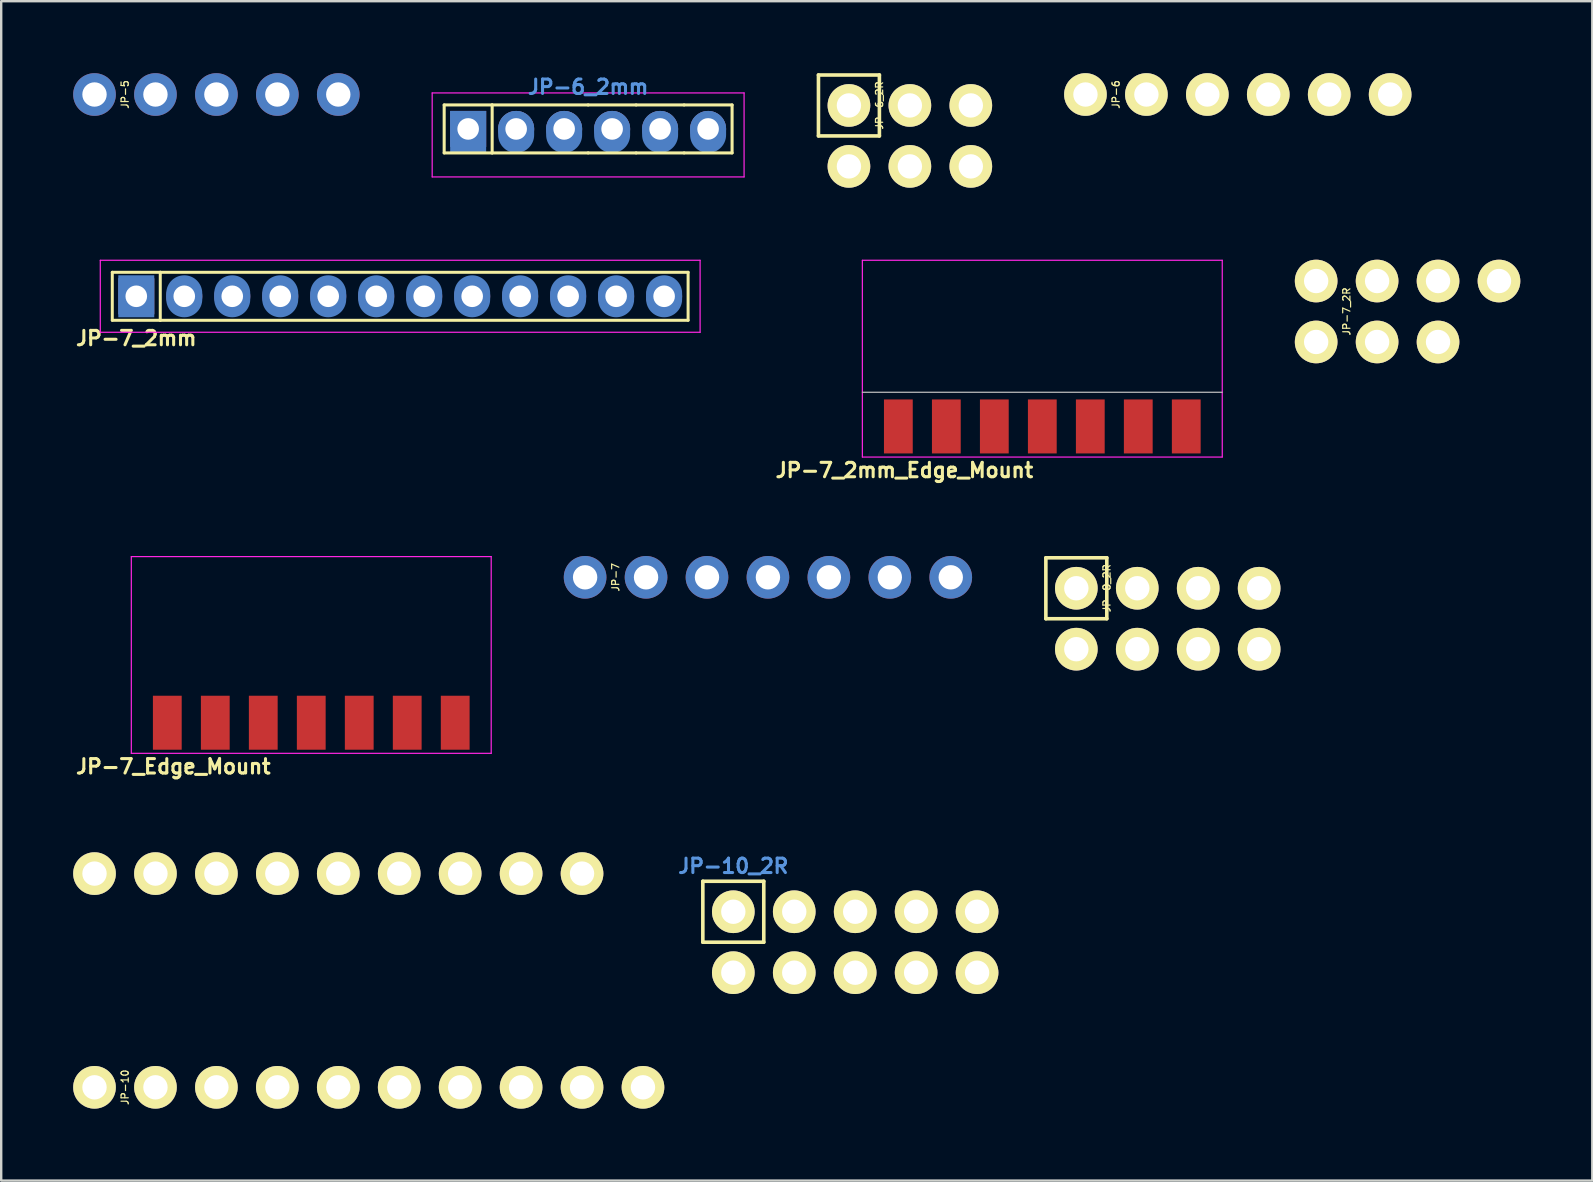
<source format=kicad_pcb>
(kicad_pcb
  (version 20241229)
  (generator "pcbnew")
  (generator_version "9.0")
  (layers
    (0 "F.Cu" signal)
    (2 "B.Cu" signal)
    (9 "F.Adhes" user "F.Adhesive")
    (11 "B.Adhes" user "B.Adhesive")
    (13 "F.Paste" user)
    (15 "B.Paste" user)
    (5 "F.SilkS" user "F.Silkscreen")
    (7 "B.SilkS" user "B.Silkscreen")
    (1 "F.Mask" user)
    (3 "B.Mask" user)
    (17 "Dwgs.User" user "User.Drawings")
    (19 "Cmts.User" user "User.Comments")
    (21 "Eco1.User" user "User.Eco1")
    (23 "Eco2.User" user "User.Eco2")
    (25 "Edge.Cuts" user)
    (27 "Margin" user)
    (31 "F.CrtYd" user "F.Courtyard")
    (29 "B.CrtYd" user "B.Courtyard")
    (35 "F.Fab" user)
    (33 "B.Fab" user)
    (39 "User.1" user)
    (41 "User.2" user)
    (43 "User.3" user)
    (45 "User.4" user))
  (footprint "JP-10_2R"
    (layer "F.Cu")
    (at 32.594 36.221)
    (property "Reference" "JP-10_2R" (at -5.08 -3.175 180) (layer "Cmts.User") (effects (font (size 0.6 0.6) (thickness 0.127))))
    (attr through_hole)
    (fp_line (start -6.35 -2.54) (end -3.81 -2.54) (stroke (width 0.15) (type solid)) (layer "F.SilkS"))
    (fp_line (start -6.35 0) (end -6.35 -2.54) (stroke (width 0.15) (type solid)) (layer "F.SilkS"))
    (fp_line (start -3.81 -2.54) (end -3.81 0) (stroke (width 0.15) (type solid)) (layer "F.SilkS"))
    (fp_line (start -3.81 0) (end -6.35 0) (stroke (width 0.15) (type solid)) (layer "F.SilkS"))
    (pad "1" thru_hole circle (at -5.08 -1.27) (size 1.778 1.778) (drill 1.016) (layers "*.Cu" "*.Mask" "F.SilkS"))
    (pad "2" thru_hole circle (at -5.08 1.27) (size 1.778 1.778) (drill 1.016) (layers "*.Cu" "*.Mask" "F.SilkS"))
    (pad "3" thru_hole circle (at -2.54 -1.27) (size 1.778 1.778) (drill 1.016) (layers "*.Cu" "*.Mask" "F.SilkS"))
    (pad "4" thru_hole circle (at -2.54 1.27) (size 1.778 1.778) (drill 1.016) (layers "*.Cu" "*.Mask" "F.SilkS"))
    (pad "5" thru_hole circle (at 0 -1.27) (size 1.778 1.778) (drill 1.016) (layers "*.Cu" "*.Mask" "F.SilkS"))
    (pad "6" thru_hole circle (at 0 1.27) (size 1.778 1.778) (drill 1.016) (layers "*.Cu" "*.Mask" "F.SilkS"))
    (pad "7" thru_hole circle (at 2.54 -1.27) (size 1.778 1.778) (drill 1.016) (layers "*.Cu" "*.Mask" "F.SilkS"))
    (pad "8" thru_hole circle (at 2.54 1.27) (size 1.778 1.778) (drill 1.016) (layers "*.Cu" "*.Mask" "F.SilkS"))
    (pad "9" thru_hole circle (at 5.08 -1.27) (size 1.778 1.778) (drill 1.016) (layers "*.Cu" "*.Mask" "F.SilkS"))
    (pad "10" thru_hole circle (at 5.08 1.27) (size 1.778 1.778) (drill 1.016) (layers "*.Cu" "*.Mask" "F.SilkS")))
  (footprint "JP-5"
    (layer "F.Cu")
    (at 5.969 0.889)
    (property "Reference" "JP-5" (at -3.81 0 90) (layer "F.SilkS") (effects (font (size 0.3 0.3) (thickness 0.05))))
    (attr through_hole)
    (pad "1" thru_hole circle (at -5.08 0) (size 1.778 1.778) (drill 1.016) (layers "*.Cu" "*.Mask"))
    (pad "2" thru_hole circle (at -2.54 0) (size 1.778 1.778) (drill 1.016) (layers "*.Cu" "*.Mask"))
    (pad "3" thru_hole circle (at 0 0) (size 1.778 1.778) (drill 1.016) (layers "*.Cu" "*.Mask"))
    (pad "4" thru_hole circle (at 2.54 0) (size 1.778 1.778) (drill 1.016) (layers "*.Cu" "*.Mask"))
    (pad "5" thru_hole circle (at 5.08 0) (size 1.778 1.778) (drill 1.016) (layers "*.Cu" "*.Mask")))
  (footprint "JP-6_2mm"
    (layer "F.Cu")
    (at 21.463 2.324)
    (property "Reference" "JP-6_2mm" (at 0 -1.75 0) (layer "Cmts.User") (effects (font (size 0.6 0.6) (thickness 0.127))))
    (attr through_hole)
    (fp_line (start -6 -1) (end -4 -1) (stroke (width 0.127) (type solid)) (layer "F.SilkS"))
    (fp_line (start -6 1) (end -6 -1) (stroke (width 0.127) (type solid)) (layer "F.SilkS"))
    (fp_line (start -4 -1) (end -4 1) (stroke (width 0.127) (type solid)) (layer "F.SilkS"))
    (fp_line (start -4 -1) (end 0 -1) (stroke (width 0.127) (type solid)) (layer "F.SilkS"))
    (fp_line (start -4 1) (end -6 1) (stroke (width 0.127) (type solid)) (layer "F.SilkS"))
    (fp_line (start 0 -1) (end 2 -1) (stroke (width 0.127) (type solid)) (layer "F.SilkS"))
    (fp_line (start 0 1) (end -4 1) (stroke (width 0.127) (type solid)) (layer "F.SilkS"))
    (fp_line (start 0 1) (end 2 1) (stroke (width 0.127) (type solid)) (layer "F.SilkS"))
    (fp_line (start 2 -1) (end 4 -1) (stroke (width 0.127) (type solid)) (layer "F.SilkS"))
    (fp_line (start 2 1) (end 4 1) (stroke (width 0.127) (type solid)) (layer "F.SilkS"))
    (fp_line (start 4 -1) (end 6 -1) (stroke (width 0.127) (type solid)) (layer "F.SilkS"))
    (fp_line (start 4 1) (end 6 1) (stroke (width 0.127) (type solid)) (layer "F.SilkS"))
    (fp_line (start 6 -1) (end 6 1) (stroke (width 0.127) (type solid)) (layer "F.SilkS"))
    (fp_line (start -6.5 2) (end -6.5 -1.5) (stroke (width 0.05) (type solid)) (layer "F.CrtYd"))
    (fp_line (start 6.5 -1.5) (end -6.5 -1.5) (stroke (width 0.05) (type solid)) (layer "F.CrtYd"))
    (fp_line (start 6.5 -1.5) (end 6.5 2) (stroke (width 0.05) (type solid)) (layer "F.CrtYd"))
    (fp_line (start 6.5 2) (end -6.5 2) (stroke (width 0.05) (type solid)) (layer "F.CrtYd"))
    (pad "1" thru_hole rect (at -5 0) (size 1.5 1.5) (drill 0.9) (layers "*.Cu" "*.Mask"))
    (pad "1" connect rect (at -5 0.125) (size 1.5 1.75) (layers "B.Cu" "B.Mask"))
    (pad "2" thru_hole circle (at -3 0) (size 1.5 1.5) (drill 0.9) (layers "*.Cu" "*.Mask"))
    (pad "2" connect oval (at -3 0.125) (size 1.5 1.75) (layers "B.Cu" "B.Mask"))
    (pad "3" thru_hole circle (at -1 0) (size 1.5 1.5) (drill 0.9) (layers "*.Cu" "*.Mask"))
    (pad "3" connect oval (at -1 0.125) (size 1.5 1.75) (layers "B.Cu" "B.Mask"))
    (pad "4" thru_hole circle (at 1 0) (size 1.5 1.5) (drill 0.9) (layers "*.Cu" "*.Mask"))
    (pad "4" connect oval (at 1 0.125) (size 1.5 1.75) (layers "B.Cu" "B.Mask"))
    (pad "5" thru_hole circle (at 3 0) (size 1.5 1.5) (drill 0.9) (layers "*.Cu" "*.Mask"))
    (pad "5" connect oval (at 3 0.125) (size 1.5 1.75) (layers "B.Cu" "B.Mask"))
    (pad "6" thru_hole circle (at 5 0) (size 1.5 1.5) (drill 0.9) (layers "*.Cu" "*.Mask"))
    (pad "6" connect oval (at 5 0.125) (size 1.5 1.75) (layers "B.Cu" "B.Mask")))
  (footprint "JP-7"
    (layer "F.Cu")
    (at 28.957 21.012)
    (property "Reference" "JP-7" (at -6.35 0 90) (layer "F.SilkS") (effects (font (size 0.3 0.3) (thickness 0.05))))
    (attr through_hole)
    (pad "1" thru_hole circle (at -7.62 0) (size 1.778 1.778) (drill 1.016) (layers "*.Cu" "*.Mask"))
    (pad "2" thru_hole circle (at -5.08 0) (size 1.778 1.778) (drill 1.016) (layers "*.Cu" "*.Mask"))
    (pad "3" thru_hole circle (at -2.54 0) (size 1.778 1.778) (drill 1.016) (layers "*.Cu" "*.Mask"))
    (pad "4" thru_hole circle (at 0 0) (size 1.778 1.778) (drill 1.016) (layers "*.Cu" "*.Mask"))
    (pad "5" thru_hole circle (at 2.54 0) (size 1.778 1.778) (drill 1.016) (layers "*.Cu" "*.Mask"))
    (pad "6" thru_hole circle (at 5.08 0) (size 1.778 1.778) (drill 1.016) (layers "*.Cu" "*.Mask"))
    (pad "7" thru_hole circle (at 7.62 0) (size 1.778 1.778) (drill 1.016) (layers "*.Cu" "*.Mask")))
  (footprint "JP-7_2R"
    (layer "F.Cu")
    (at 55.617 8.663)
    (property "Reference" "JP-7_2R" (at -2.54 1.27 90) (layer "F.SilkS") (effects (font (size 0.3 0.3) (thickness 0.05))))
    (attr through_hole)
    (pad "1" thru_hole circle (at -3.81 0) (size 1.778 1.778) (drill 1.016) (layers "*.Cu" "*.Mask" "F.SilkS"))
    (pad "2" thru_hole circle (at -1.27 0) (size 1.778 1.778) (drill 1.016) (layers "*.Cu" "*.Mask" "F.SilkS"))
    (pad "3" thru_hole circle (at 1.27 0) (size 1.778 1.778) (drill 1.016) (layers "*.Cu" "*.Mask" "F.SilkS"))
    (pad "4" thru_hole circle (at 3.81 0) (size 1.778 1.778) (drill 1.016) (layers "*.Cu" "*.Mask" "F.SilkS"))
    (pad "5" thru_hole circle (at -3.81 2.54) (size 1.778 1.778) (drill 1.016) (layers "*.Cu" "*.Mask" "F.SilkS"))
    (pad "6" thru_hole circle (at -1.27 2.54) (size 1.778 1.778) (drill 1.016) (layers "*.Cu" "*.Mask" "F.SilkS"))
    (pad "7" thru_hole circle (at 1.27 2.54) (size 1.778 1.778) (drill 1.016) (layers "*.Cu" "*.Mask" "F.SilkS")))
  (footprint "JP-6"
    (layer "F.Cu")
    (at 48.541 0.889)
    (property "Reference" "JP-6" (at -5.08 0 90) (layer "F.SilkS") (effects (font (size 0.3 0.3) (thickness 0.05))))
    (attr through_hole)
    (pad "1" thru_hole circle (at -6.35 0) (size 1.778 1.778) (drill 1.016) (layers "*.Cu" "*.Mask" "F.SilkS"))
    (pad "2" thru_hole circle (at -3.81 0) (size 1.778 1.778) (drill 1.016) (layers "*.Cu" "*.Mask" "F.SilkS"))
    (pad "3" thru_hole circle (at -1.27 0) (size 1.778 1.778) (drill 1.016) (layers "*.Cu" "*.Mask" "F.SilkS"))
    (pad "4" thru_hole circle (at 1.27 0) (size 1.778 1.778) (drill 1.016) (layers "*.Cu" "*.Mask" "F.SilkS"))
    (pad "5" thru_hole circle (at 3.81 0) (size 1.778 1.778) (drill 1.016) (layers "*.Cu" "*.Mask" "F.SilkS"))
    (pad "6" thru_hole circle (at 6.35 0) (size 1.778 1.778) (drill 1.016) (layers "*.Cu" "*.Mask" "F.SilkS")))
  (footprint "JP-9"
    (layer "F.Cu")
    (at 11.049 33.361)
    (property "Reference" "JP-9" (at -10.16 0 90) (layer "F.SilkS") (effects (font (size 0.3 0.3) (thickness 0.05))))
    (attr through_hole)
    (pad "1" thru_hole circle (at -10.16 0) (size 1.778 1.778) (drill 1.016) (layers "*.Cu" "*.Mask" "F.SilkS"))
    (pad "2" thru_hole circle (at -7.62 0) (size 1.778 1.778) (drill 1.016) (layers "*.Cu" "*.Mask" "F.SilkS"))
    (pad "3" thru_hole circle (at -5.08 0) (size 1.778 1.778) (drill 1.016) (layers "*.Cu" "*.Mask" "F.SilkS"))
    (pad "4" thru_hole circle (at -2.54 0) (size 1.778 1.778) (drill 1.016) (layers "*.Cu" "*.Mask" "F.SilkS"))
    (pad "5" thru_hole circle (at 0 0) (size 1.778 1.778) (drill 1.016) (layers "*.Cu" "*.Mask" "F.SilkS"))
    (pad "6" thru_hole circle (at 2.54 0) (size 1.778 1.778) (drill 1.016) (layers "*.Cu" "*.Mask" "F.SilkS"))
    (pad "7" thru_hole circle (at 5.08 0) (size 1.778 1.778) (drill 1.016) (layers "*.Cu" "*.Mask" "F.SilkS"))
    (pad "8" thru_hole circle (at 7.62 0) (size 1.778 1.778) (drill 1.016) (layers "*.Cu" "*.Mask" "F.SilkS"))
    (pad "9" thru_hole circle (at 10.16 0) (size 1.778 1.778) (drill 1.016) (layers "*.Cu" "*.Mask" "F.SilkS")))
  (footprint "JP-8_2R"
    (layer "F.Cu")
    (at 45.621 21.468)
    (property "Reference" "JP-8_2R" (at -2.54 0 90) (layer "F.SilkS") (effects (font (size 0.3 0.3) (thickness 0.05))))
    (attr through_hole)
    (fp_line (start -5.08 -1.27) (end -2.54 -1.27) (stroke (width 0.15) (type solid)) (layer "F.SilkS"))
    (fp_line (start -5.08 1.27) (end -5.08 -1.27) (stroke (width 0.15) (type solid)) (layer "F.SilkS"))
    (fp_line (start -2.54 -1.27) (end -2.54 1.27) (stroke (width 0.15) (type solid)) (layer "F.SilkS"))
    (fp_line (start -2.54 1.27) (end -5.08 1.27) (stroke (width 0.15) (type solid)) (layer "F.SilkS"))
    (pad "1" thru_hole circle (at -3.81 0) (size 1.778 1.778) (drill 1.016) (layers "*.Cu" "*.Mask" "F.SilkS"))
    (pad "2" thru_hole circle (at -1.27 0) (size 1.778 1.778) (drill 1.016) (layers "*.Cu" "*.Mask" "F.SilkS"))
    (pad "3" thru_hole circle (at 1.27 0) (size 1.778 1.778) (drill 1.016) (layers "*.Cu" "*.Mask" "F.SilkS"))
    (pad "4" thru_hole circle (at 3.81 0) (size 1.778 1.778) (drill 1.016) (layers "*.Cu" "*.Mask" "F.SilkS"))
    (pad "5" thru_hole circle (at -3.81 2.54) (size 1.778 1.778) (drill 1.016) (layers "*.Cu" "*.Mask" "F.SilkS"))
    (pad "6" thru_hole circle (at -1.27 2.54) (size 1.778 1.778) (drill 1.016) (layers "*.Cu" "*.Mask" "F.SilkS"))
    (pad "7" thru_hole circle (at 1.27 2.54) (size 1.778 1.778) (drill 1.016) (layers "*.Cu" "*.Mask" "F.SilkS"))
    (pad "8" thru_hole circle (at 3.81 2.54) (size 1.778 1.778) (drill 1.016) (layers "*.Cu" "*.Mask" "F.SilkS")))
  (footprint "JP-10"
    (layer "F.Cu")
    (at 12.319 42.269)
    (property "Reference" "JP-10" (at -10.16 0 90) (layer "F.SilkS") (effects (font (size 0.3 0.3) (thickness 0.05))))
    (attr through_hole)
    (pad "1" thru_hole circle (at -11.43 0) (size 1.778 1.778) (drill 1.016) (layers "*.Cu" "*.Mask" "F.SilkS"))
    (pad "2" thru_hole circle (at -8.89 0) (size 1.778 1.778) (drill 1.016) (layers "*.Cu" "*.Mask" "F.SilkS"))
    (pad "3" thru_hole circle (at -6.35 0) (size 1.778 1.778) (drill 1.016) (layers "*.Cu" "*.Mask" "F.SilkS"))
    (pad "4" thru_hole circle (at -3.81 0) (size 1.778 1.778) (drill 1.016) (layers "*.Cu" "*.Mask" "F.SilkS"))
    (pad "5" thru_hole circle (at -1.27 0) (size 1.778 1.778) (drill 1.016) (layers "*.Cu" "*.Mask" "F.SilkS"))
    (pad "6" thru_hole circle (at 1.27 0) (size 1.778 1.778) (drill 1.016) (layers "*.Cu" "*.Mask" "F.SilkS"))
    (pad "7" thru_hole circle (at 3.81 0) (size 1.778 1.778) (drill 1.016) (layers "*.Cu" "*.Mask" "F.SilkS"))
    (pad "8" thru_hole circle (at 6.35 0) (size 1.778 1.778) (drill 1.016) (layers "*.Cu" "*.Mask" "F.SilkS"))
    (pad "9" thru_hole circle (at 8.89 0) (size 1.778 1.778) (drill 1.016) (layers "*.Cu" "*.Mask" "F.SilkS"))
    (pad "10" thru_hole circle (at 11.43 0) (size 1.778 1.778) (drill 1.016) (layers "*.Cu" "*.Mask" "F.SilkS")))
  (footprint "JP-6_2R"
    (layer "F.Cu")
    (at 34.873 1.345)
    (property "Reference" "JP-6_2R" (at -1.27 0 90) (layer "F.SilkS") (effects (font (size 0.3 0.3) (thickness 0.05))))
    (attr through_hole)
    (fp_line (start -3.81 -1.27) (end -1.27 -1.27) (stroke (width 0.15) (type solid)) (layer "F.SilkS"))
    (fp_line (start -3.81 1.27) (end -3.81 -1.27) (stroke (width 0.15) (type solid)) (layer "F.SilkS"))
    (fp_line (start -1.27 -1.27) (end -1.27 1.27) (stroke (width 0.15) (type solid)) (layer "F.SilkS"))
    (fp_line (start -1.27 1.27) (end -3.81 1.27) (stroke (width 0.15) (type solid)) (layer "F.SilkS"))
    (pad "1" thru_hole circle (at -2.54 0) (size 1.778 1.778) (drill 1.016) (layers "*.Cu" "*.Mask" "F.SilkS"))
    (pad "2" thru_hole circle (at 0 0) (size 1.778 1.778) (drill 1.016) (layers "*.Cu" "*.Mask" "F.SilkS"))
    (pad "3" thru_hole circle (at 2.54 0) (size 1.778 1.778) (drill 1.016) (layers "*.Cu" "*.Mask" "F.SilkS"))
    (pad "4" thru_hole circle (at -2.54 2.54) (size 1.778 1.778) (drill 1.016) (layers "*.Cu" "*.Mask" "F.SilkS"))
    (pad "5" thru_hole circle (at 0 2.54) (size 1.778 1.778) (drill 1.016) (layers "*.Cu" "*.Mask" "F.SilkS"))
    (pad "6" thru_hole circle (at 2.54 2.54) (size 1.778 1.778) (drill 1.016) (layers "*.Cu" "*.Mask" "F.SilkS")))
  (footprint "JP-7_Edge_Mount"
    (layer "F.Cu")
    (at 9.923 25.648)
    (property "Reference" "JP-7_Edge_Mount" (at -5.75 3.25 0) (layer "F.SilkS") (effects (font (size 0.6 0.6) (thickness 0.127))))
    (attr through_hole)
    (fp_line (start -7.5 -5.5) (end -7.5 2.7) (stroke (width 0.05) (type solid)) (layer "F.CrtYd"))
    (fp_line (start -7.5 2.7) (end 7.5 2.7) (stroke (width 0.05) (type solid)) (layer "F.CrtYd"))
    (fp_line (start 7.5 -5.5) (end -7.5 -5.5) (stroke (width 0.05) (type solid)) (layer "F.CrtYd"))
    (fp_line (start 7.5 2.7) (end 7.5 -5.5) (stroke (width 0.05) (type solid)) (layer "F.CrtYd"))
    (pad "1" connect rect (at -6 1.425) (size 1.2 2.25) (layers "F.Cu" "F.Mask"))
    (pad "2" connect rect (at -4 1.425) (size 1.2 2.25) (layers "F.Cu" "F.Mask"))
    (pad "3" connect rect (at -2 1.425) (size 1.2 2.25) (layers "F.Cu" "F.Mask"))
    (pad "4" connect rect (at 0 1.425) (size 1.2 2.25) (layers "F.Cu" "F.Mask"))
    (pad "5" connect rect (at 2 1.425) (size 1.2 2.25) (layers "F.Cu" "F.Mask"))
    (pad "6" connect rect (at 4 1.425) (size 1.2 2.25) (layers "F.Cu" "F.Mask"))
    (pad "7" connect rect (at 6 1.425) (size 1.2 2.25) (layers "F.Cu" "F.Mask")))
  (footprint "JP-7_2mm"
    (layer "F.Cu")
    (at 13.63 9.299)
    (property "Reference" "JP-7_2mm" (at -11 1.75 0) (layer "F.SilkS") (effects (font (size 0.6 0.6) (thickness 0.127))))
    (attr through_hole)
    (fp_line (start -12 -1) (end -10 -1) (stroke (width 0.125) (type solid)) (layer "F.SilkS"))
    (fp_line (start -12 1) (end -12 -1) (stroke (width 0.125) (type solid)) (layer "F.SilkS"))
    (fp_line (start -10 -1) (end -10 1) (stroke (width 0.125) (type solid)) (layer "F.SilkS"))
    (fp_line (start -10 -1) (end 12 -1) (stroke (width 0.125) (type solid)) (layer "F.SilkS"))
    (fp_line (start -10 1) (end -12 1) (stroke (width 0.125) (type solid)) (layer "F.SilkS"))
    (fp_line (start -10 1) (end 12 1) (stroke (width 0.125) (type solid)) (layer "F.SilkS"))
    (fp_line (start 12 -1) (end 12 1) (stroke (width 0.125) (type solid)) (layer "F.SilkS"))
    (fp_line (start -12.5 1.5) (end -12.5 -1.5) (stroke (width 0.05) (type solid)) (layer "F.CrtYd"))
    (fp_line (start 12.5 -1.5) (end -12.5 -1.5) (stroke (width 0.05) (type solid)) (layer "F.CrtYd"))
    (fp_line (start 12.5 -1.5) (end 12.5 1.5) (stroke (width 0.05) (type solid)) (layer "F.CrtYd"))
    (fp_line (start 12.5 1.5) (end -12.5 1.5) (stroke (width 0.05) (type solid)) (layer "F.CrtYd"))
    (pad "1" thru_hole rect (at -11 0) (size 1.5 1.5) (drill 0.9) (layers "*.Cu" "*.Mask"))
    (pad "1" connect rect (at -11 0) (size 1.5 1.75) (layers "B.Cu" "B.Mask"))
    (pad "2" thru_hole circle (at -9 0) (size 1.5 1.5) (drill 0.9) (layers "*.Cu" "*.Mask"))
    (pad "2" connect oval (at -9 0) (size 1.5 1.75) (layers "B.Cu" "B.Mask"))
    (pad "3" thru_hole circle (at -7 0) (size 1.5 1.5) (drill 0.9) (layers "*.Cu" "*.Mask"))
    (pad "3" connect oval (at -7 0) (size 1.5 1.75) (layers "B.Cu" "B.Mask"))
    (pad "4" thru_hole circle (at -5 0) (size 1.5 1.5) (drill 0.9) (layers "*.Cu" "*.Mask"))
    (pad "4" connect oval (at -5 0) (size 1.5 1.75) (layers "B.Cu" "B.Mask"))
    (pad "5" thru_hole circle (at -3 0) (size 1.5 1.5) (drill 0.9) (layers "*.Cu" "*.Mask"))
    (pad "5" connect oval (at -3 0) (size 1.5 1.75) (layers "B.Cu" "B.Mask"))
    (pad "6" thru_hole circle (at -1 0) (size 1.5 1.5) (drill 0.9) (layers "*.Cu" "*.Mask"))
    (pad "6" connect oval (at -1 0) (size 1.5 1.75) (layers "B.Cu" "B.Mask"))
    (pad "7" thru_hole circle (at 1 0) (size 1.5 1.5) (drill 0.9) (layers "*.Cu" "*.Mask"))
    (pad "7" connect oval (at 1 0) (size 1.5 1.75) (layers "B.Cu" "B.Mask"))
    (pad "8" thru_hole circle (at 3 0) (size 1.5 1.5) (drill 0.9) (layers "*.Cu" "*.Mask"))
    (pad "8" connect oval (at 3 0) (size 1.5 1.75) (layers "B.Cu" "B.Mask"))
    (pad "9" thru_hole circle (at 5 0) (size 1.5 1.5) (drill 0.9) (layers "*.Cu" "*.Mask"))
    (pad "9" connect oval (at 5 0) (size 1.5 1.75) (layers "B.Cu" "B.Mask"))
    (pad "10" thru_hole circle (at 7 0) (size 1.5 1.5) (drill 0.9) (layers "*.Cu" "*.Mask"))
    (pad "10" connect oval (at 7 0) (size 1.5 1.75) (layers "B.Cu" "B.Mask"))
    (pad "11" thru_hole circle (at 9 0) (size 1.5 1.5) (drill 0.9) (layers "*.Cu" "*.Mask"))
    (pad "11" connect oval (at 9 0) (size 1.5 1.75) (layers "B.Cu" "B.Mask"))
    (pad "12" thru_hole circle (at 11 0) (size 1.5 1.5) (drill 0.9) (layers "*.Cu" "*.Mask"))
    (pad "12" connect oval (at 11 0) (size 1.5 1.75) (layers "B.Cu" "B.Mask")))
  (footprint "JP-7_2mm_Edge_Mount"
    (layer "F.Cu")
    (at 40.393 13.299)
    (property "Reference" "JP-7_2mm_Edge_Mount" (at -5.75 3.25 0) (layer "F.SilkS") (effects (font (size 0.6 0.6) (thickness 0.127))))
    (attr through_hole)
    (fp_line (start -7.5 0) (end 7.5 0) (stroke (width 0.05) (type solid)) (layer "Dwgs.User"))
    (fp_line (start -7.5 -5.5) (end -7.5 2.7) (stroke (width 0.05) (type solid)) (layer "F.CrtYd"))
    (fp_line (start -7.5 2.7) (end 7.5 2.7) (stroke (width 0.05) (type solid)) (layer "F.CrtYd"))
    (fp_line (start 7.5 -5.5) (end -7.5 -5.5) (stroke (width 0.05) (type solid)) (layer "F.CrtYd"))
    (fp_line (start 7.5 2.7) (end 7.5 -5.5) (stroke (width 0.05) (type solid)) (layer "F.CrtYd"))
    (pad "1" connect rect (at -6 1.425) (size 1.2 2.25) (layers "F.Cu" "F.Mask"))
    (pad "2" connect rect (at -4 1.425) (size 1.2 2.25) (layers "F.Cu" "F.Mask"))
    (pad "3" connect rect (at -2 1.425) (size 1.2 2.25) (layers "F.Cu" "F.Mask"))
    (pad "4" connect rect (at 0 1.425) (size 1.2 2.25) (layers "F.Cu" "F.Mask"))
    (pad "5" connect rect (at 2 1.425) (size 1.2 2.25) (layers "F.Cu" "F.Mask"))
    (pad "6" connect rect (at 4 1.425) (size 1.2 2.25) (layers "F.Cu" "F.Mask"))
    (pad "7" connect rect (at 6 1.425) (size 1.2 2.25) (layers "F.Cu" "F.Mask")))
  (gr_rect
    (start -3 -3)
    (end 63.316 46.158)
    (stroke (width 0.1) (type default))
    (fill no)
    (layer "Edge.Cuts")))
</source>
